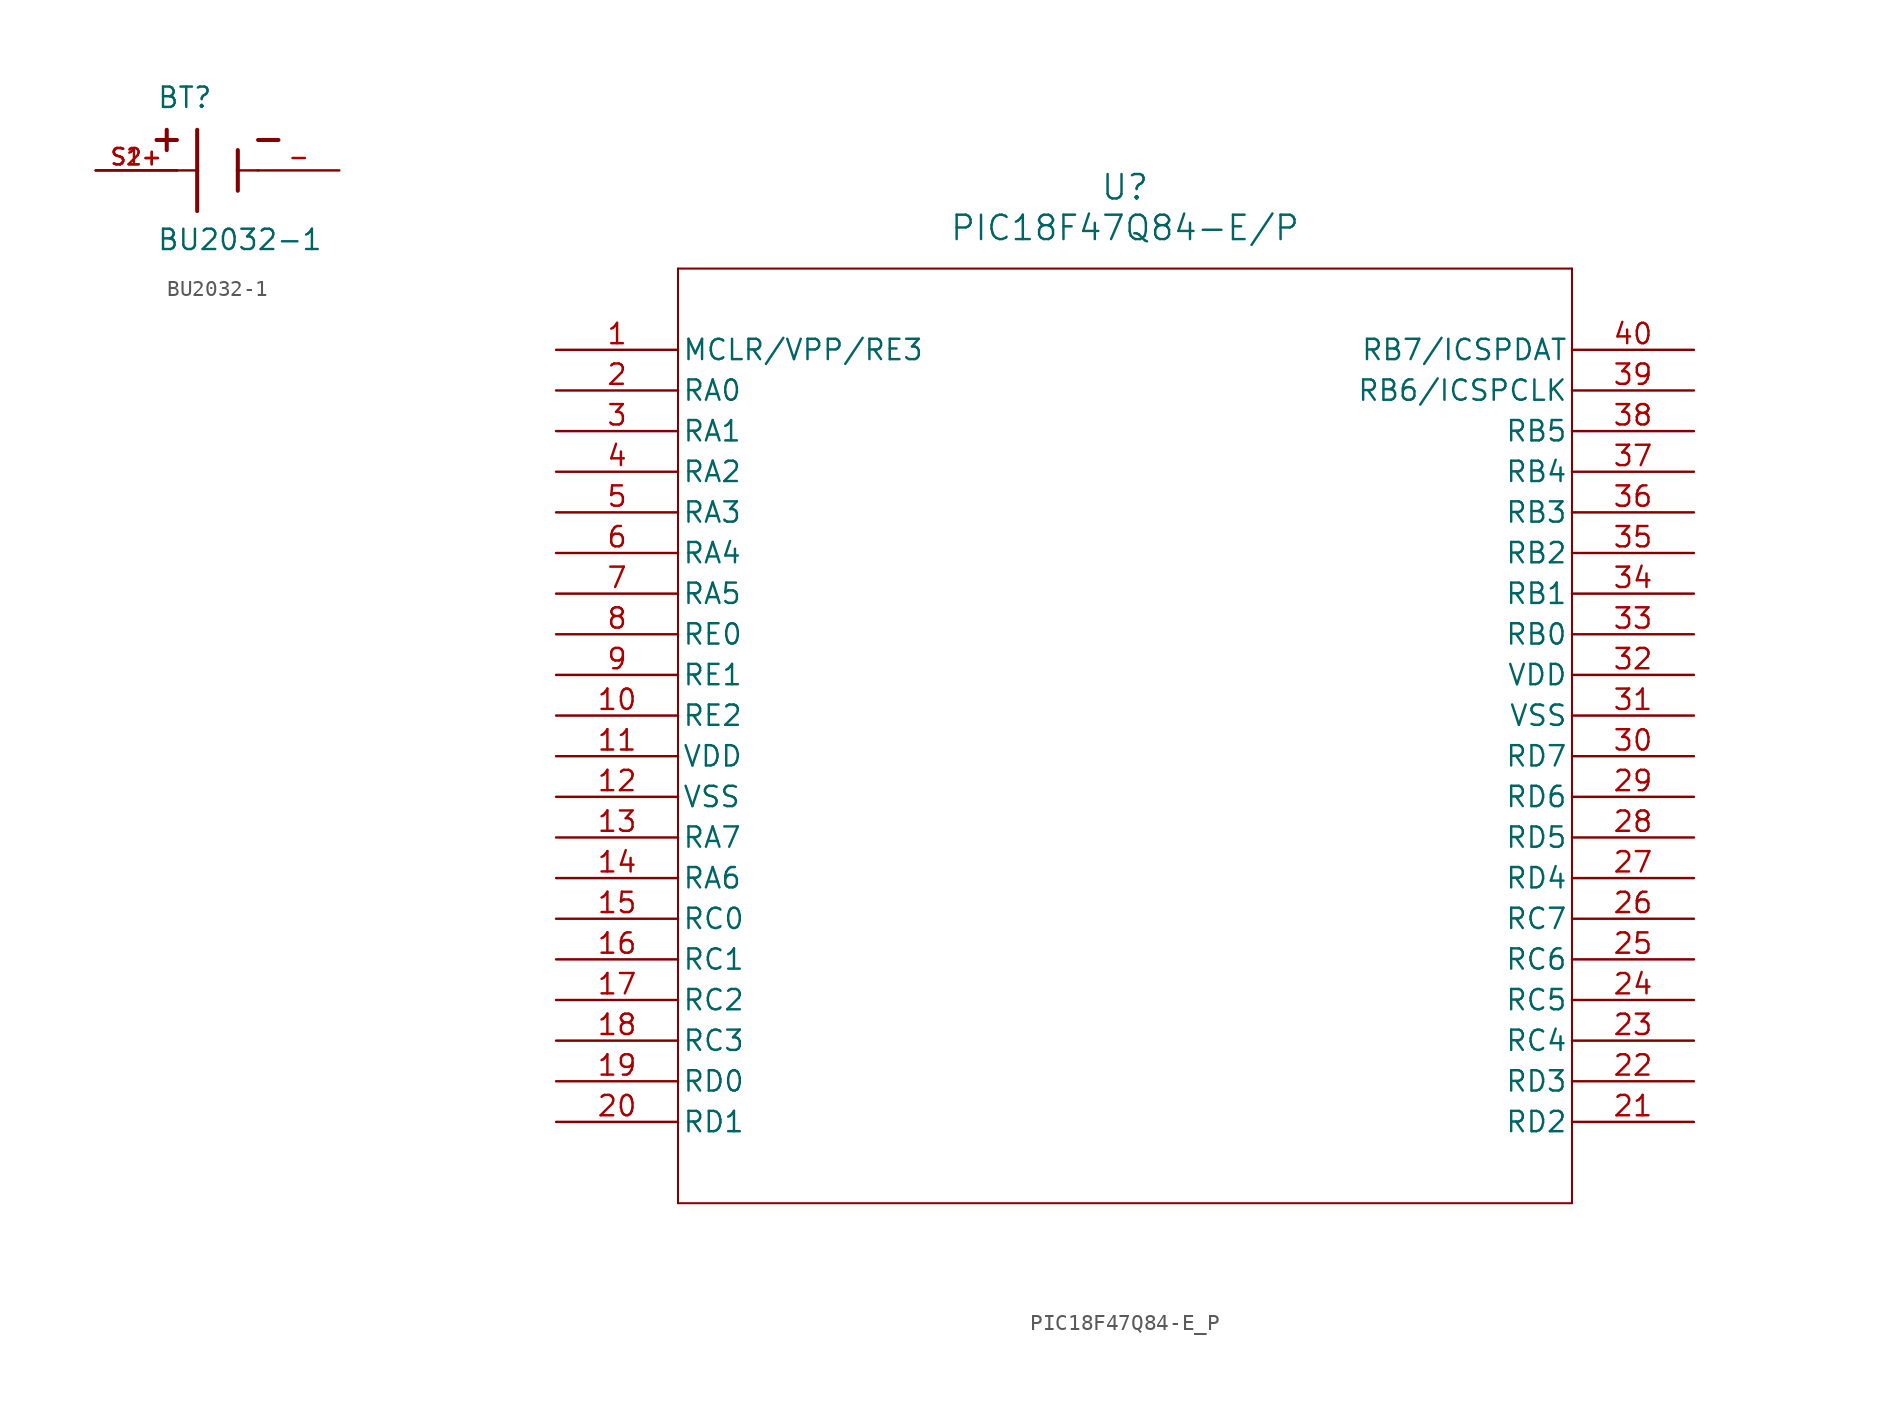
<source format=kicad_sym>
(kicad_symbol_lib
  (version 20211014)
  (generator kicad_symbol_editor)
  (symbol "BU2032-1"
    (pin_names
      (offset 1.016))
    (property "Reference" "BT"
      (at -3.81 3.81 0)
      (effects (font (size 1.27 1.27)) (justify bottom left)))
    (property "Value" "BU2032-1"
      (at -3.81 -5.08 0)
      (effects (font (size 1.27 1.27)) (justify bottom left)))
    (symbol "BU2032-1_0_0"
      (polyline (pts (xy -1.27 2.54) (xy -1.27 0.0)) (stroke (width 0.254)))
      (polyline (pts (xy -1.27 0.0) (xy -1.27 -2.54)) (stroke (width 0.254)))
      (polyline (pts (xy 1.27 1.27) (xy 1.27 0.0)) (stroke (width 0.254)))
      (polyline (pts (xy 1.27 0.0) (xy 1.27 -1.27)) (stroke (width 0.254)))
      (polyline (pts (xy -1.27 0.0) (xy -2.54 0.0)) (stroke (width 0.152)))
      (polyline (pts (xy 1.27 0.0) (xy 2.54 0.0)) (stroke (width 0.152)))
      (polyline (pts (xy -3.175 2.54) (xy -3.175 1.27)) (stroke (width 0.254)))
      (polyline (pts (xy -3.81 1.905) (xy -2.54 1.905)) (stroke (width 0.254)))
      (polyline (pts (xy 2.54 1.905) (xy 3.81 1.905)) (stroke (width 0.254)))
      (pin passive line (at -7.62 0.0 0) (length 5.08) (name "~" (effects (font (size 1.016 1.016)))) (number "S1+" (effects (font (size 1.016 1.016)))))
      (pin passive line (at -7.62 0.0 0) (length 5.08) (name "~" (effects (font (size 1.016 1.016)))) (number "S2+" (effects (font (size 1.016 1.016)))))
      (pin passive line (at 7.62 0.0 180.0) (length 5.08) (name "~" (effects (font (size 1.016 1.016)))) (number "-" (effects (font (size 1.016 1.016)))))))
  (symbol "PIC18F47Q84-E_P"
    (pin_names
      (offset 0.254))
    (property "Reference" "U"
      (at 35.56 10.16 0)
      (effects (font (size 1.524 1.524))))
    (property "Value" "PIC18F47Q84-E/P"
      (at 35.56 7.62 0)
      (effects (font (size 1.524 1.524))))
    (property "ki_locked" ""
      (at 0 0 0)
      (effects (font (size 1.27 1.27))))
    (symbol "PIC18F47Q84-E_P_0_1"
      (polyline (pts (xy 7.62 -53.34) (xy 63.5 -53.34)) (stroke (width 0.127) (type default) (color 0 0 0 0)) (fill (type none)))
      (polyline (pts (xy 7.62 5.08) (xy 7.62 -53.34)) (stroke (width 0.127) (type default) (color 0 0 0 0)) (fill (type none)))
      (polyline (pts (xy 63.5 -53.34) (xy 63.5 5.08)) (stroke (width 0.127) (type default) (color 0 0 0 0)) (fill (type none)))
      (polyline (pts (xy 63.5 5.08) (xy 7.62 5.08)) (stroke (width 0.127) (type default) (color 0 0 0 0)) (fill (type none)))
      (pin bidirectional line (at 0 0 0) (length 7.62) (name "MCLR/VPP/RE3" (effects (font (size 1.27 1.27)))) (number "1" (effects (font (size 1.27 1.27)))))
      (pin bidirectional line (at 0 -22.86 0) (length 7.62) (name "RE2" (effects (font (size 1.27 1.27)))) (number "10" (effects (font (size 1.27 1.27)))))
      (pin power_in line (at 0 -25.4 0) (length 7.62) (name "VDD" (effects (font (size 1.27 1.27)))) (number "11" (effects (font (size 1.27 1.27)))))
      (pin power_out line (at 0 -27.94 0) (length 7.62) (name "VSS" (effects (font (size 1.27 1.27)))) (number "12" (effects (font (size 1.27 1.27)))))
      (pin bidirectional line (at 0 -30.48 0) (length 7.62) (name "RA7" (effects (font (size 1.27 1.27)))) (number "13" (effects (font (size 1.27 1.27)))))
      (pin bidirectional line (at 0 -33.02 0) (length 7.62) (name "RA6" (effects (font (size 1.27 1.27)))) (number "14" (effects (font (size 1.27 1.27)))))
      (pin bidirectional line (at 0 -35.56 0) (length 7.62) (name "RC0" (effects (font (size 1.27 1.27)))) (number "15" (effects (font (size 1.27 1.27)))))
      (pin bidirectional line (at 0 -38.1 0) (length 7.62) (name "RC1" (effects (font (size 1.27 1.27)))) (number "16" (effects (font (size 1.27 1.27)))))
      (pin bidirectional line (at 0 -40.64 0) (length 7.62) (name "RC2" (effects (font (size 1.27 1.27)))) (number "17" (effects (font (size 1.27 1.27)))))
      (pin bidirectional line (at 0 -43.18 0) (length 7.62) (name "RC3" (effects (font (size 1.27 1.27)))) (number "18" (effects (font (size 1.27 1.27)))))
      (pin bidirectional line (at 0 -45.72 0) (length 7.62) (name "RD0" (effects (font (size 1.27 1.27)))) (number "19" (effects (font (size 1.27 1.27)))))
      (pin bidirectional line (at 0 -2.54 0) (length 7.62) (name "RA0" (effects (font (size 1.27 1.27)))) (number "2" (effects (font (size 1.27 1.27)))))
      (pin bidirectional line (at 0 -48.26 0) (length 7.62) (name "RD1" (effects (font (size 1.27 1.27)))) (number "20" (effects (font (size 1.27 1.27)))))
      (pin bidirectional line (at 71.12 -48.26 180) (length 7.62) (name "RD2" (effects (font (size 1.27 1.27)))) (number "21" (effects (font (size 1.27 1.27)))))
      (pin bidirectional line (at 71.12 -45.72 180) (length 7.62) (name "RD3" (effects (font (size 1.27 1.27)))) (number "22" (effects (font (size 1.27 1.27)))))
      (pin bidirectional line (at 71.12 -43.18 180) (length 7.62) (name "RC4" (effects (font (size 1.27 1.27)))) (number "23" (effects (font (size 1.27 1.27)))))
      (pin bidirectional line (at 71.12 -40.64 180) (length 7.62) (name "RC5" (effects (font (size 1.27 1.27)))) (number "24" (effects (font (size 1.27 1.27)))))
      (pin bidirectional line (at 71.12 -38.1 180) (length 7.62) (name "RC6" (effects (font (size 1.27 1.27)))) (number "25" (effects (font (size 1.27 1.27)))))
      (pin bidirectional line (at 71.12 -35.56 180) (length 7.62) (name "RC7" (effects (font (size 1.27 1.27)))) (number "26" (effects (font (size 1.27 1.27)))))
      (pin bidirectional line (at 71.12 -33.02 180) (length 7.62) (name "RD4" (effects (font (size 1.27 1.27)))) (number "27" (effects (font (size 1.27 1.27)))))
      (pin bidirectional line (at 71.12 -30.48 180) (length 7.62) (name "RD5" (effects (font (size 1.27 1.27)))) (number "28" (effects (font (size 1.27 1.27)))))
      (pin bidirectional line (at 71.12 -27.94 180) (length 7.62) (name "RD6" (effects (font (size 1.27 1.27)))) (number "29" (effects (font (size 1.27 1.27)))))
      (pin bidirectional line (at 0 -5.08 0) (length 7.62) (name "RA1" (effects (font (size 1.27 1.27)))) (number "3" (effects (font (size 1.27 1.27)))))
      (pin bidirectional line (at 71.12 -25.4 180) (length 7.62) (name "RD7" (effects (font (size 1.27 1.27)))) (number "30" (effects (font (size 1.27 1.27)))))
      (pin power_out line (at 71.12 -22.86 180) (length 7.62) (name "VSS" (effects (font (size 1.27 1.27)))) (number "31" (effects (font (size 1.27 1.27)))))
      (pin power_in line (at 71.12 -20.32 180) (length 7.62) (name "VDD" (effects (font (size 1.27 1.27)))) (number "32" (effects (font (size 1.27 1.27)))))
      (pin bidirectional line (at 71.12 -17.78 180) (length 7.62) (name "RB0" (effects (font (size 1.27 1.27)))) (number "33" (effects (font (size 1.27 1.27)))))
      (pin bidirectional line (at 71.12 -15.24 180) (length 7.62) (name "RB1" (effects (font (size 1.27 1.27)))) (number "34" (effects (font (size 1.27 1.27)))))
      (pin bidirectional line (at 71.12 -12.7 180) (length 7.62) (name "RB2" (effects (font (size 1.27 1.27)))) (number "35" (effects (font (size 1.27 1.27)))))
      (pin bidirectional line (at 71.12 -10.16 180) (length 7.62) (name "RB3" (effects (font (size 1.27 1.27)))) (number "36" (effects (font (size 1.27 1.27)))))
      (pin bidirectional line (at 71.12 -7.62 180) (length 7.62) (name "RB4" (effects (font (size 1.27 1.27)))) (number "37" (effects (font (size 1.27 1.27)))))
      (pin bidirectional line (at 71.12 -5.08 180) (length 7.62) (name "RB5" (effects (font (size 1.27 1.27)))) (number "38" (effects (font (size 1.27 1.27)))))
      (pin bidirectional line (at 71.12 -2.54 180) (length 7.62) (name "RB6/ICSPCLK" (effects (font (size 1.27 1.27)))) (number "39" (effects (font (size 1.27 1.27)))))
      (pin bidirectional line (at 0 -7.62 0) (length 7.62) (name "RA2" (effects (font (size 1.27 1.27)))) (number "4" (effects (font (size 1.27 1.27)))))
      (pin bidirectional line (at 71.12 0 180) (length 7.62) (name "RB7/ICSPDAT" (effects (font (size 1.27 1.27)))) (number "40" (effects (font (size 1.27 1.27)))))
      (pin bidirectional line (at 0 -10.16 0) (length 7.62) (name "RA3" (effects (font (size 1.27 1.27)))) (number "5" (effects (font (size 1.27 1.27)))))
      (pin bidirectional line (at 0 -12.7 0) (length 7.62) (name "RA4" (effects (font (size 1.27 1.27)))) (number "6" (effects (font (size 1.27 1.27)))))
      (pin bidirectional line (at 0 -15.24 0) (length 7.62) (name "RA5" (effects (font (size 1.27 1.27)))) (number "7" (effects (font (size 1.27 1.27)))))
      (pin bidirectional line (at 0 -17.78 0) (length 7.62) (name "RE0" (effects (font (size 1.27 1.27)))) (number "8" (effects (font (size 1.27 1.27)))))
      (pin bidirectional line (at 0 -20.32 0) (length 7.62) (name "RE1" (effects (font (size 1.27 1.27)))) (number "9" (effects (font (size 1.27 1.27))))))))
</source>
